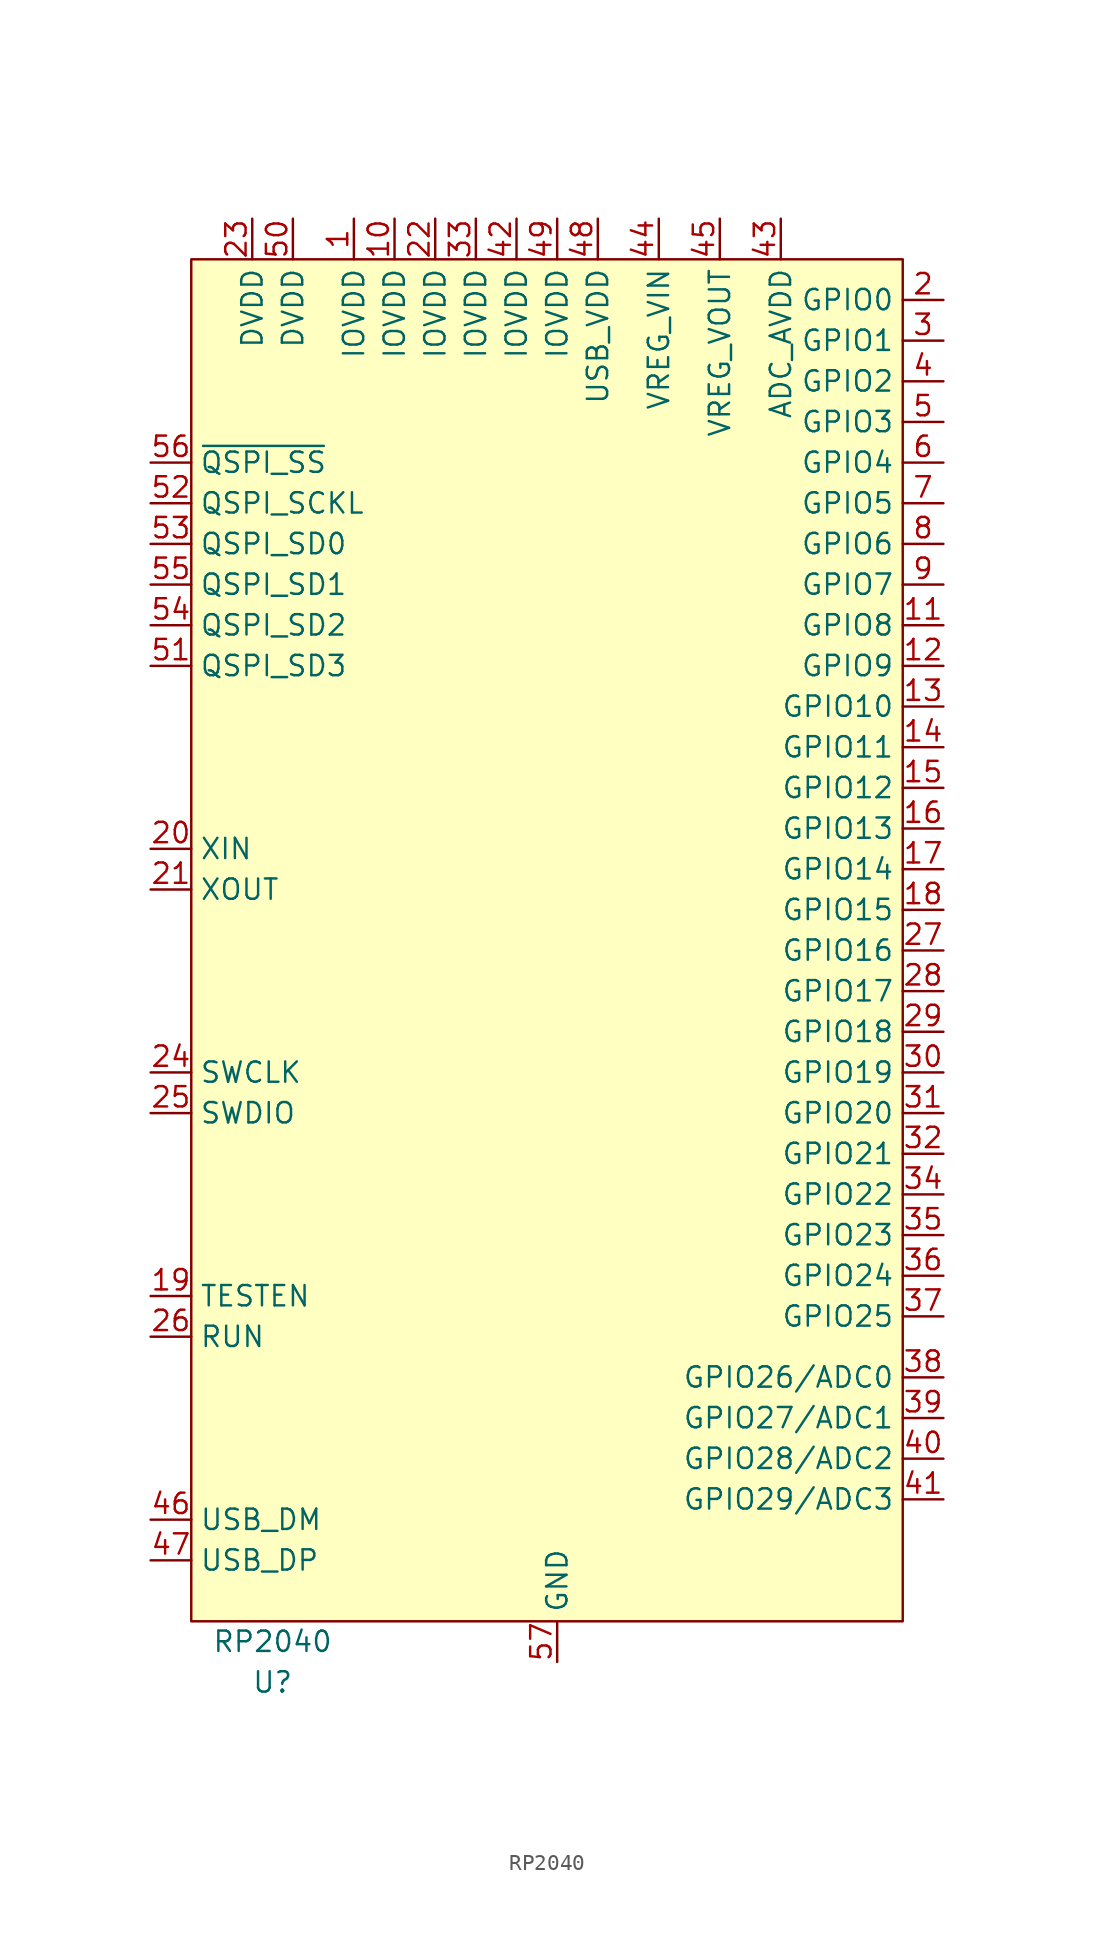
<source format=kicad_sym>
(kicad_symbol_lib
  (version 20211014)
  (generator kicad_symbol_editor)
  (symbol "RP2040"
    (property "Reference" "U"
      (at -16.51 -48.26 0)
      (effects (font (size 1.27 1.27))))
    (property "Value" "RP2040"
      (at -16.51 -45.72 0)
      (effects (font (size 1.27 1.27))))
    (symbol "RP2040_0_0"
      (text "" (at 24.13 -8.89 0) (effects (font (size 1.27 1.27))))
      (text "" (at 25.4 -10.16 0) (effects (font (size 1.27 1.27)))))
    (symbol "RP2040_0_1"
      (rectangle (start -21.59 40.64) (end 22.86 -44.45) (stroke (width 0.152) (type default) (color 0 0 0 0)) (fill (type background))))
    (symbol "RP2040_1_1"
      (pin input line (at -11.43 43.18 270) (length 2.54) (name "IOVDD" (effects (font (size 1.27 1.27)))) (number "1" (effects (font (size 1.27 1.27)))))
      (pin input line (at -8.89 43.18 270) (length 2.54) (name "IOVDD" (effects (font (size 1.27 1.27)))) (number "10" (effects (font (size 1.27 1.27)))))
      (pin input line (at 25.4 17.78 180) (length 2.54) (name "GPIO8" (effects (font (size 1.27 1.27)))) (number "11" (effects (font (size 1.27 1.27)))))
      (pin input line (at 25.4 15.24 180) (length 2.54) (name "GPIO9" (effects (font (size 1.27 1.27)))) (number "12" (effects (font (size 1.27 1.27)))))
      (pin input line (at 25.4 12.7 180) (length 2.54) (name "GPIO10" (effects (font (size 1.27 1.27)))) (number "13" (effects (font (size 1.27 1.27)))))
      (pin input line (at 25.4 10.16 180) (length 2.54) (name "GPIO11" (effects (font (size 1.27 1.27)))) (number "14" (effects (font (size 1.27 1.27)))))
      (pin input line (at 25.4 7.62 180) (length 2.54) (name "GPIO12" (effects (font (size 1.27 1.27)))) (number "15" (effects (font (size 1.27 1.27)))))
      (pin input line (at 25.4 5.08 180) (length 2.54) (name "GPIO13" (effects (font (size 1.27 1.27)))) (number "16" (effects (font (size 1.27 1.27)))))
      (pin input line (at 25.4 2.54 180) (length 2.54) (name "GPIO14" (effects (font (size 1.27 1.27)))) (number "17" (effects (font (size 1.27 1.27)))))
      (pin input line (at 25.4 0 180) (length 2.54) (name "GPIO15" (effects (font (size 1.27 1.27)))) (number "18" (effects (font (size 1.27 1.27)))))
      (pin input line (at -24.13 -24.13 0) (length 2.54) (name "TESTEN" (effects (font (size 1.27 1.27)))) (number "19" (effects (font (size 1.27 1.27)))))
      (pin input line (at 25.4 38.1 180) (length 2.54) (name "GPIO0" (effects (font (size 1.27 1.27)))) (number "2" (effects (font (size 1.27 1.27)))))
      (pin input line (at -24.13 3.81 0) (length 2.54) (name "XIN" (effects (font (size 1.27 1.27)))) (number "20" (effects (font (size 1.27 1.27)))))
      (pin input line (at -24.13 1.27 0) (length 2.54) (name "XOUT" (effects (font (size 1.27 1.27)))) (number "21" (effects (font (size 1.27 1.27)))))
      (pin input line (at -6.35 43.18 270) (length 2.54) (name "IOVDD" (effects (font (size 1.27 1.27)))) (number "22" (effects (font (size 1.27 1.27)))))
      (pin input line (at -17.78 43.18 270) (length 2.54) (name "DVDD" (effects (font (size 1.27 1.27)))) (number "23" (effects (font (size 1.27 1.27)))))
      (pin input line (at -24.13 -10.16 0) (length 2.54) (name "SWCLK" (effects (font (size 1.27 1.27)))) (number "24" (effects (font (size 1.27 1.27)))))
      (pin input line (at -24.13 -12.7 0) (length 2.54) (name "SWDIO" (effects (font (size 1.27 1.27)))) (number "25" (effects (font (size 1.27 1.27)))))
      (pin input line (at -24.13 -26.67 0) (length 2.54) (name "RUN" (effects (font (size 1.27 1.27)))) (number "26" (effects (font (size 1.27 1.27)))))
      (pin input line (at 25.4 -2.54 180) (length 2.54) (name "GPIO16" (effects (font (size 1.27 1.27)))) (number "27" (effects (font (size 1.27 1.27)))))
      (pin input line (at 25.4 -5.08 180) (length 2.54) (name "GPIO17" (effects (font (size 1.27 1.27)))) (number "28" (effects (font (size 1.27 1.27)))))
      (pin input line (at 25.4 -7.62 180) (length 2.54) (name "GPIO18" (effects (font (size 1.27 1.27)))) (number "29" (effects (font (size 1.27 1.27)))))
      (pin input line (at 25.4 35.56 180) (length 2.54) (name "GPIO1" (effects (font (size 1.27 1.27)))) (number "3" (effects (font (size 1.27 1.27)))))
      (pin input line (at 25.4 -10.16 180) (length 2.54) (name "GPIO19" (effects (font (size 1.27 1.27)))) (number "30" (effects (font (size 1.27 1.27)))))
      (pin input line (at 25.4 -12.7 180) (length 2.54) (name "GPIO20" (effects (font (size 1.27 1.27)))) (number "31" (effects (font (size 1.27 1.27)))))
      (pin input line (at 25.4 -15.24 180) (length 2.54) (name "GPIO21" (effects (font (size 1.27 1.27)))) (number "32" (effects (font (size 1.27 1.27)))))
      (pin input line (at -3.81 43.18 270) (length 2.54) (name "IOVDD" (effects (font (size 1.27 1.27)))) (number "33" (effects (font (size 1.27 1.27)))))
      (pin input line (at 25.4 -17.78 180) (length 2.54) (name "GPIO22" (effects (font (size 1.27 1.27)))) (number "34" (effects (font (size 1.27 1.27)))))
      (pin input line (at 25.4 -20.32 180) (length 2.54) (name "GPIO23" (effects (font (size 1.27 1.27)))) (number "35" (effects (font (size 1.27 1.27)))))
      (pin input line (at 25.4 -22.86 180) (length 2.54) (name "GPIO24" (effects (font (size 1.27 1.27)))) (number "36" (effects (font (size 1.27 1.27)))))
      (pin input line (at 25.4 -25.4 180) (length 2.54) (name "GPIO25" (effects (font (size 1.27 1.27)))) (number "37" (effects (font (size 1.27 1.27)))))
      (pin input line (at 25.4 -29.21 180) (length 2.54) (name "GPIO26/ADC0" (effects (font (size 1.27 1.27)))) (number "38" (effects (font (size 1.27 1.27)))))
      (pin input line (at 25.4 -31.75 180) (length 2.54) (name "GPIO27/ADC1" (effects (font (size 1.27 1.27)))) (number "39" (effects (font (size 1.27 1.27)))))
      (pin input line (at 25.4 33.02 180) (length 2.54) (name "GPIO2" (effects (font (size 1.27 1.27)))) (number "4" (effects (font (size 1.27 1.27)))))
      (pin input line (at 25.4 -34.29 180) (length 2.54) (name "GPIO28/ADC2" (effects (font (size 1.27 1.27)))) (number "40" (effects (font (size 1.27 1.27)))))
      (pin input line (at 25.4 -36.83 180) (length 2.54) (name "GPIO29/ADC3" (effects (font (size 1.27 1.27)))) (number "41" (effects (font (size 1.27 1.27)))))
      (pin input line (at -1.27 43.18 270) (length 2.54) (name "IOVDD" (effects (font (size 1.27 1.27)))) (number "42" (effects (font (size 1.27 1.27)))))
      (pin input line (at 15.24 43.18 270) (length 2.54) (name "ADC_AVDD" (effects (font (size 1.27 1.27)))) (number "43" (effects (font (size 1.27 1.27)))))
      (pin input line (at 7.62 43.18 270) (length 2.54) (name "VREG_VIN" (effects (font (size 1.27 1.27)))) (number "44" (effects (font (size 1.27 1.27)))))
      (pin input line (at 11.43 43.18 270) (length 2.54) (name "VREG_VOUT" (effects (font (size 1.27 1.27)))) (number "45" (effects (font (size 1.27 1.27)))))
      (pin input line (at -24.13 -38.1 0) (length 2.54) (name "USB_DM" (effects (font (size 1.27 1.27)))) (number "46" (effects (font (size 1.27 1.27)))))
      (pin input line (at -24.13 -40.64 0) (length 2.54) (name "USB_DP" (effects (font (size 1.27 1.27)))) (number "47" (effects (font (size 1.27 1.27)))))
      (pin input line (at 3.81 43.18 270) (length 2.54) (name "USB_VDD" (effects (font (size 1.27 1.27)))) (number "48" (effects (font (size 1.27 1.27)))))
      (pin input line (at 1.27 43.18 270) (length 2.54) (name "IOVDD" (effects (font (size 1.27 1.27)))) (number "49" (effects (font (size 1.27 1.27)))))
      (pin input line (at 25.4 30.48 180) (length 2.54) (name "GPIO3" (effects (font (size 1.27 1.27)))) (number "5" (effects (font (size 1.27 1.27)))))
      (pin input line (at -15.24 43.18 270) (length 2.54) (name "DVDD" (effects (font (size 1.27 1.27)))) (number "50" (effects (font (size 1.27 1.27)))))
      (pin input line (at -24.13 15.24 0) (length 2.54) (name "QSPI_SD3" (effects (font (size 1.27 1.27)))) (number "51" (effects (font (size 1.27 1.27)))))
      (pin input line (at -24.13 25.4 0) (length 2.54) (name "QSPI_SCKL" (effects (font (size 1.27 1.27)))) (number "52" (effects (font (size 1.27 1.27)))))
      (pin input line (at -24.13 22.86 0) (length 2.54) (name "QSPI_SD0" (effects (font (size 1.27 1.27)))) (number "53" (effects (font (size 1.27 1.27)))))
      (pin input line (at -24.13 17.78 0) (length 2.54) (name "QSPI_SD2" (effects (font (size 1.27 1.27)))) (number "54" (effects (font (size 1.27 1.27)))))
      (pin input line (at -24.13 20.32 0) (length 2.54) (name "QSPI_SD1" (effects (font (size 1.27 1.27)))) (number "55" (effects (font (size 1.27 1.27)))))
      (pin input line (at -24.13 27.94 0) (length 2.54) (name "~{QSPI_SS}" (effects (font (size 1.27 1.27)))) (number "56" (effects (font (size 1.27 1.27)))))
      (pin input line (at 1.27 -46.99 90) (length 2.54) (name "GND" (effects (font (size 1.27 1.27)))) (number "57" (effects (font (size 1.27 1.27)))))
      (pin input line (at 25.4 27.94 180) (length 2.54) (name "GPIO4" (effects (font (size 1.27 1.27)))) (number "6" (effects (font (size 1.27 1.27)))))
      (pin input line (at 25.4 25.4 180) (length 2.54) (name "GPIO5" (effects (font (size 1.27 1.27)))) (number "7" (effects (font (size 1.27 1.27)))))
      (pin input line (at 25.4 22.86 180) (length 2.54) (name "GPIO6" (effects (font (size 1.27 1.27)))) (number "8" (effects (font (size 1.27 1.27)))))
      (pin input line (at 25.4 20.32 180) (length 2.54) (name "GPIO7" (effects (font (size 1.27 1.27)))) (number "9" (effects (font (size 1.27 1.27))))))))
</source>
